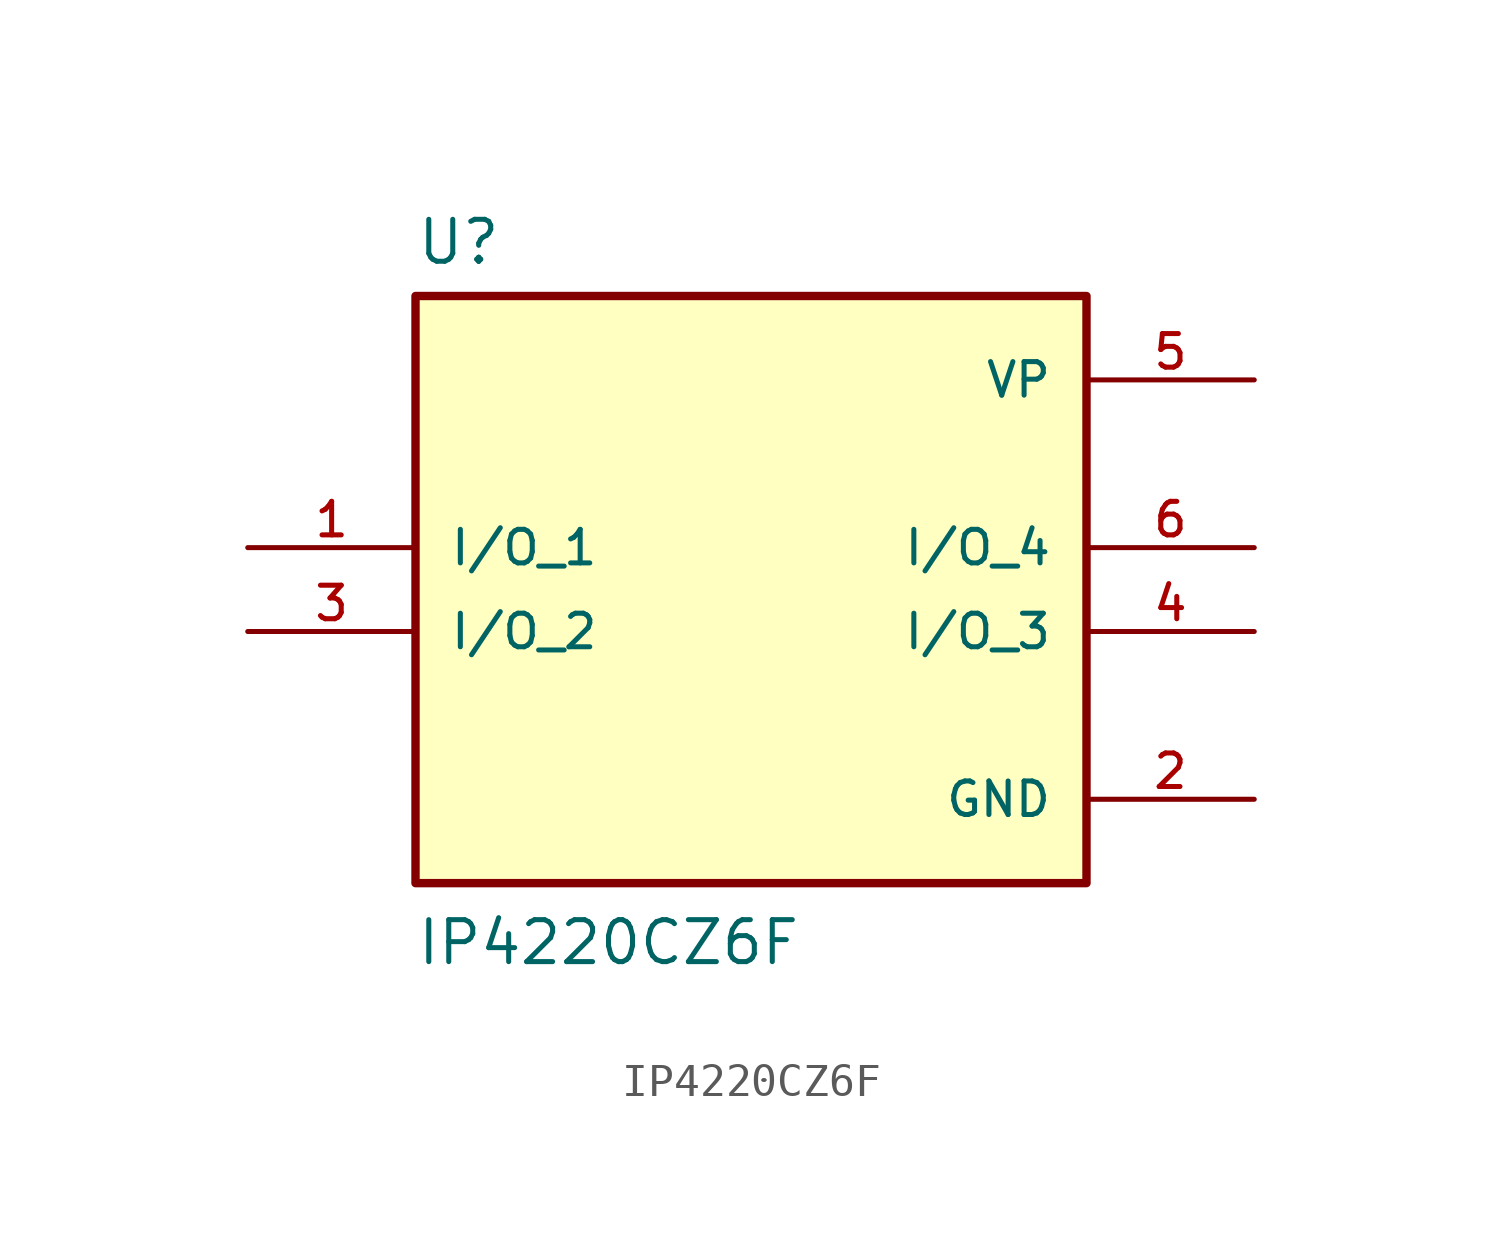
<source format=kicad_sym>
(kicad_symbol_lib
  (version 20210619)
  (generator kicad_symbol_editor)
  (symbol "ESD_user:IP4220CZ6F"
    (pin_names
      (offset 1.016))
    (property "Reference" "U"
      (at -10.16 8.509 0)
      (effects (font (size 1.27 1.27)) (justify left bottom)))
    (property "Value" "IP4220CZ6F"
      (at -10.16 -12.7 0)
      (effects (font (size 1.27 1.27)) (justify left bottom)))
    (symbol "IP4220CZ6F_0_0"
      (rectangle (start -10.16 -10.16) (end 10.16 7.62) (stroke (width 0.254)) (fill (type background)))
      (pin bidirectional line (at -15.24 0 0) (length 5.08) (name "I/O_1" (effects (font (size 1.016 1.016)))) (number "1" (effects (font (size 1.016 1.016)))))
      (pin power_in line (at 15.24 -7.62 180) (length 5.08) (name "GND" (effects (font (size 1.016 1.016)))) (number "2" (effects (font (size 1.016 1.016)))))
      (pin bidirectional line (at -15.24 -2.54 0) (length 5.08) (name "I/O_2" (effects (font (size 1.016 1.016)))) (number "3" (effects (font (size 1.016 1.016)))))
      (pin bidirectional line (at 15.24 -2.54 180) (length 5.08) (name "I/O_3" (effects (font (size 1.016 1.016)))) (number "4" (effects (font (size 1.016 1.016)))))
      (pin power_in line (at 15.24 5.08 180) (length 5.08) (name "VP" (effects (font (size 1.016 1.016)))) (number "5" (effects (font (size 1.016 1.016)))))
      (pin bidirectional line (at 15.24 0 180) (length 5.08) (name "I/O_4" (effects (font (size 1.016 1.016)))) (number "6" (effects (font (size 1.016 1.016))))))))
</source>
